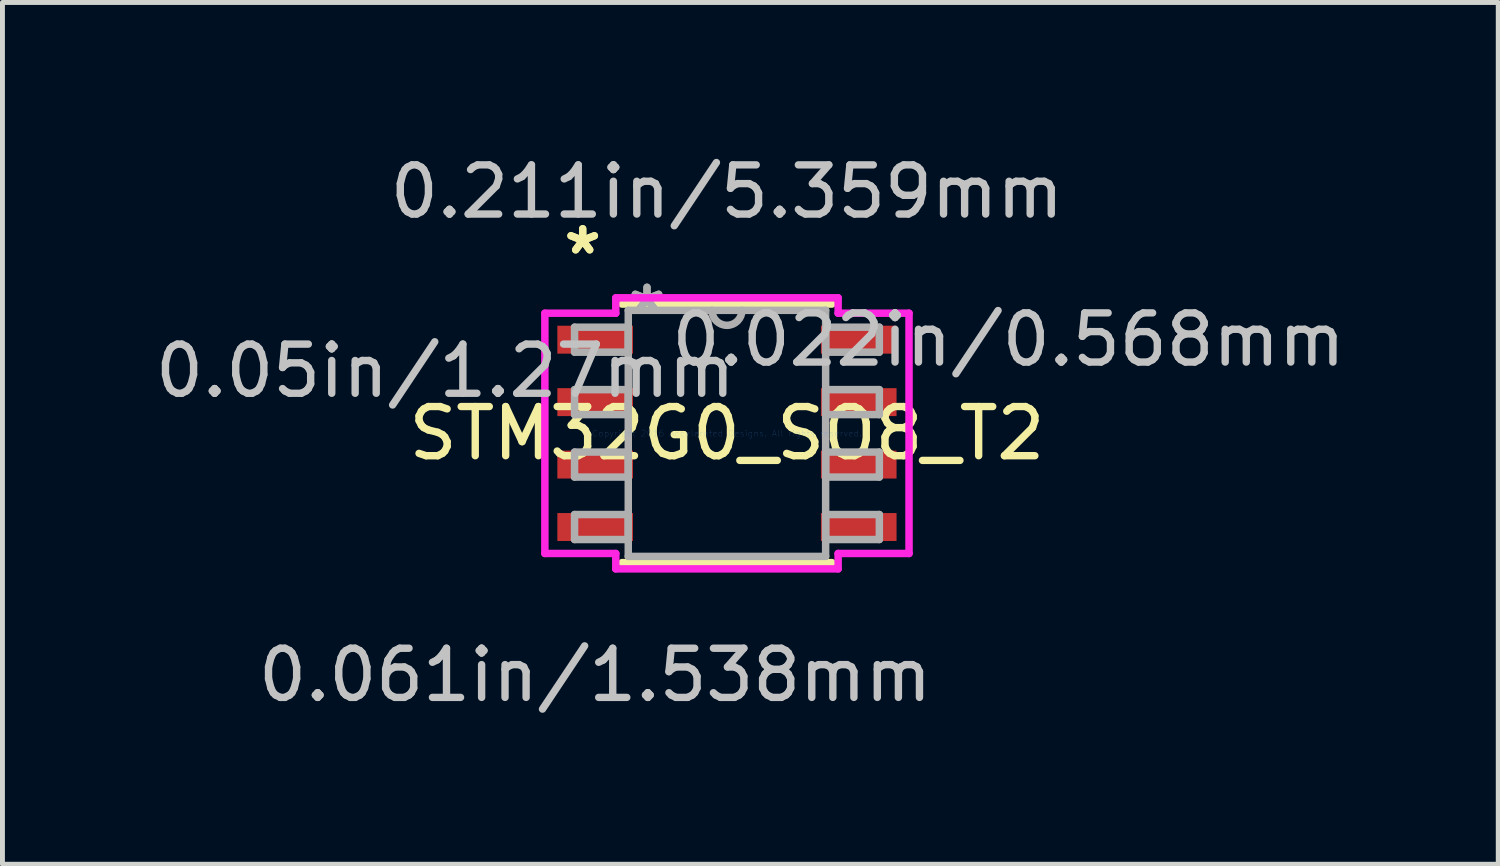
<source format=kicad_pcb>
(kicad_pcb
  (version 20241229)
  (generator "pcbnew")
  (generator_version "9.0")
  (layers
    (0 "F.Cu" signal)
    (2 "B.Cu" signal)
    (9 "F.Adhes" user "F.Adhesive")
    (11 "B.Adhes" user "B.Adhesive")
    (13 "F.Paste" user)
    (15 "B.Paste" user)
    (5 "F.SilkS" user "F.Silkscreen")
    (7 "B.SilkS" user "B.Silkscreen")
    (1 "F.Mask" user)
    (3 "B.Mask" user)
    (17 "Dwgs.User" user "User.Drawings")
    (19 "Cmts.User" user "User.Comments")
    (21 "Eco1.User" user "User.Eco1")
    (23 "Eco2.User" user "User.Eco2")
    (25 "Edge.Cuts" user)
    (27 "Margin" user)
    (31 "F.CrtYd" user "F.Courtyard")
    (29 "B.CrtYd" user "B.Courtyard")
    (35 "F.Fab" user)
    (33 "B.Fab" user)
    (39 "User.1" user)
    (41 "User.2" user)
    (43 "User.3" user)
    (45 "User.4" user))
  (footprint "STM32G0_SO8_T2"
    (layer "F.Cu")
    (at 11.734 5.763)
    (property "Reference" "STM32G0_SO8_T2" (at 0 0 0) (layer "F.SilkS") (effects (font (size 1 1) (thickness 0.15))))
    (attr through_hole)
    (fp_line (start -2.134 2.629) (end 2.134 2.629) (stroke (width 0.152) (type solid)) (layer "F.SilkS"))
    (fp_line (start 2.134 -2.629) (end -2.134 -2.629) (stroke (width 0.152) (type solid)) (layer "F.SilkS"))
    (fp_line (start -3.703 -2.443) (end -2.261 -2.443) (stroke (width 0.152) (type solid)) (layer "F.CrtYd"))
    (fp_line (start -3.703 2.443) (end -3.703 -2.443) (stroke (width 0.152) (type solid)) (layer "F.CrtYd"))
    (fp_line (start -2.261 -2.756) (end 2.261 -2.756) (stroke (width 0.152) (type solid)) (layer "F.CrtYd"))
    (fp_line (start -2.261 -2.443) (end -2.261 -2.756) (stroke (width 0.152) (type solid)) (layer "F.CrtYd"))
    (fp_line (start -2.261 2.443) (end -3.703 2.443) (stroke (width 0.152) (type solid)) (layer "F.CrtYd"))
    (fp_line (start -2.261 2.756) (end -2.261 2.443) (stroke (width 0.152) (type solid)) (layer "F.CrtYd"))
    (fp_line (start 2.261 -2.756) (end 2.261 -2.443) (stroke (width 0.152) (type solid)) (layer "F.CrtYd"))
    (fp_line (start 2.261 -2.443) (end 3.703 -2.443) (stroke (width 0.152) (type solid)) (layer "F.CrtYd"))
    (fp_line (start 2.261 2.443) (end 2.261 2.756) (stroke (width 0.152) (type solid)) (layer "F.CrtYd"))
    (fp_line (start 2.261 2.756) (end -2.261 2.756) (stroke (width 0.152) (type solid)) (layer "F.CrtYd"))
    (fp_line (start 3.703 -2.443) (end 3.703 2.443) (stroke (width 0.152) (type solid)) (layer "F.CrtYd"))
    (fp_line (start 3.703 2.443) (end 2.261 2.443) (stroke (width 0.152) (type solid)) (layer "F.CrtYd"))
    (fp_line (start -3.099 -2.159) (end -3.099 -1.651) (stroke (width 0.152) (type solid)) (layer "F.Fab"))
    (fp_line (start -3.099 -1.651) (end -2.007 -1.651) (stroke (width 0.152) (type solid)) (layer "F.Fab"))
    (fp_line (start -3.099 -0.889) (end -3.099 -0.381) (stroke (width 0.152) (type solid)) (layer "F.Fab"))
    (fp_line (start -3.099 -0.381) (end -2.007 -0.381) (stroke (width 0.152) (type solid)) (layer "F.Fab"))
    (fp_line (start -3.099 0.381) (end -3.099 0.889) (stroke (width 0.152) (type solid)) (layer "F.Fab"))
    (fp_line (start -3.099 0.889) (end -2.007 0.889) (stroke (width 0.152) (type solid)) (layer "F.Fab"))
    (fp_line (start -3.099 1.651) (end -3.099 2.159) (stroke (width 0.152) (type solid)) (layer "F.Fab"))
    (fp_line (start -3.099 2.159) (end -2.007 2.159) (stroke (width 0.152) (type solid)) (layer "F.Fab"))
    (fp_line (start -2.007 -2.502) (end -2.007 2.502) (stroke (width 0.152) (type solid)) (layer "F.Fab"))
    (fp_line (start -2.007 -2.159) (end -3.099 -2.159) (stroke (width 0.152) (type solid)) (layer "F.Fab"))
    (fp_line (start -2.007 -1.651) (end -2.007 -2.159) (stroke (width 0.152) (type solid)) (layer "F.Fab"))
    (fp_line (start -2.007 -0.889) (end -3.099 -0.889) (stroke (width 0.152) (type solid)) (layer "F.Fab"))
    (fp_line (start -2.007 -0.381) (end -2.007 -0.889) (stroke (width 0.152) (type solid)) (layer "F.Fab"))
    (fp_line (start -2.007 0.381) (end -3.099 0.381) (stroke (width 0.152) (type solid)) (layer "F.Fab"))
    (fp_line (start -2.007 0.889) (end -2.007 0.381) (stroke (width 0.152) (type solid)) (layer "F.Fab"))
    (fp_line (start -2.007 1.651) (end -3.099 1.651) (stroke (width 0.152) (type solid)) (layer "F.Fab"))
    (fp_line (start -2.007 2.159) (end -2.007 1.651) (stroke (width 0.152) (type solid)) (layer "F.Fab"))
    (fp_line (start -2.007 2.502) (end 2.007 2.502) (stroke (width 0.152) (type solid)) (layer "F.Fab"))
    (fp_line (start 2.007 -2.502) (end -2.007 -2.502) (stroke (width 0.152) (type solid)) (layer "F.Fab"))
    (fp_line (start 2.007 -2.159) (end 2.007 -1.651) (stroke (width 0.152) (type solid)) (layer "F.Fab"))
    (fp_line (start 2.007 -1.651) (end 3.099 -1.651) (stroke (width 0.152) (type solid)) (layer "F.Fab"))
    (fp_line (start 2.007 -0.889) (end 2.007 -0.381) (stroke (width 0.152) (type solid)) (layer "F.Fab"))
    (fp_line (start 2.007 -0.381) (end 3.099 -0.381) (stroke (width 0.152) (type solid)) (layer "F.Fab"))
    (fp_line (start 2.007 0.381) (end 2.007 0.889) (stroke (width 0.152) (type solid)) (layer "F.Fab"))
    (fp_line (start 2.007 0.889) (end 3.099 0.889) (stroke (width 0.152) (type solid)) (layer "F.Fab"))
    (fp_line (start 2.007 1.651) (end 2.007 2.159) (stroke (width 0.152) (type solid)) (layer "F.Fab"))
    (fp_line (start 2.007 2.159) (end 3.099 2.159) (stroke (width 0.152) (type solid)) (layer "F.Fab"))
    (fp_line (start 2.007 2.502) (end 2.007 -2.502) (stroke (width 0.152) (type solid)) (layer "F.Fab"))
    (fp_line (start 3.099 -2.159) (end 2.007 -2.159) (stroke (width 0.152) (type solid)) (layer "F.Fab"))
    (fp_line (start 3.099 -1.651) (end 3.099 -2.159) (stroke (width 0.152) (type solid)) (layer "F.Fab"))
    (fp_line (start 3.099 -0.889) (end 2.007 -0.889) (stroke (width 0.152) (type solid)) (layer "F.Fab"))
    (fp_line (start 3.099 -0.381) (end 3.099 -0.889) (stroke (width 0.152) (type solid)) (layer "F.Fab"))
    (fp_line (start 3.099 0.381) (end 2.007 0.381) (stroke (width 0.152) (type solid)) (layer "F.Fab"))
    (fp_line (start 3.099 0.889) (end 3.099 0.381) (stroke (width 0.152) (type solid)) (layer "F.Fab"))
    (fp_line (start 3.099 1.651) (end 2.007 1.651) (stroke (width 0.152) (type solid)) (layer "F.Fab"))
    (fp_line (start 3.099 2.159) (end 3.099 1.651) (stroke (width 0.152) (type solid)) (layer "F.Fab"))
    (fp_arc (start 0.3048 -2.5019) (mid 0 -2.1971) (end -0.3048 -2.5019) (stroke (width 0.1524) (type solid)) (layer "F.Fab"))
    (fp_text user "*" (at -2.934 -3.616 0) (layer "F.SilkS") (effects (font (size 1 1) (thickness 0.15))))
    (fp_text user "*" (at -2.934 -3.616 0) (layer "F.SilkS") (effects (font (size 1 1) (thickness 0.15))))
    (fp_text user "0.211in/5.359mm" (at 0 -4.915 0) (layer "Dwgs.User") (effects (font (size 1 1) (thickness 0.15))))
    (fp_text user "0.05in/1.27mm" (at -5.728 -1.27 0) (layer "Dwgs.User") (effects (font (size 1 1) (thickness 0.15))))
    (fp_text user "0.061in/1.538mm" (at -2.68 4.915 0) (layer "Dwgs.User") (effects (font (size 1 1) (thickness 0.15))))
    (fp_text user "0.022in/0.568mm" (at 5.728 -1.905 0) (layer "Dwgs.User") (effects (font (size 1 1) (thickness 0.15))))
    (fp_text user "Copyright 2016 Accelerated Designs. All rights reserved." (at 0 0 0) (layer "Cmts.User") (effects (font (size 0.127 0.127) (thickness 0.002))))
    (fp_text user "*" (at -1.626 -2.426 0) (layer "F.Fab") (effects (font (size 1 1) (thickness 0.15))))
    (fp_text user "*" (at -1.626 -2.426 0) (layer "F.Fab") (effects (font (size 1 1) (thickness 0.15))))
    (pad "1" smd rect (at -2.68 -1.905) (size 1.538 0.568) (layers "F.Cu" "F.Mask" "F.Paste"))
    (pad "2" smd rect (at -2.68 -0.635) (size 1.538 0.568) (layers "F.Cu" "F.Mask" "F.Paste"))
    (pad "3" smd rect (at -2.68 0.635) (size 1.538 0.568) (layers "F.Cu" "F.Mask" "F.Paste"))
    (pad "4" smd rect (at -2.68 1.905) (size 1.538 0.568) (layers "F.Cu" "F.Mask" "F.Paste"))
    (pad "5" smd rect (at 2.68 1.905) (size 1.538 0.568) (layers "F.Cu" "F.Mask" "F.Paste"))
    (pad "6" smd rect (at 2.68 0.635) (size 1.538 0.568) (layers "F.Cu" "F.Mask" "F.Paste"))
    (pad "7" smd rect (at 2.68 -0.635) (size 1.538 0.568) (layers "F.Cu" "F.Mask" "F.Paste"))
    (pad "8" smd rect (at 2.68 -1.905) (size 1.538 0.568) (layers "F.Cu" "F.Mask" "F.Paste")))
  (gr_rect
    (start -3 -3)
    (end 27.42 14.526)
    (stroke (width 0.1) (type default))
    (fill no)
    (layer "Edge.Cuts")))
</source>
